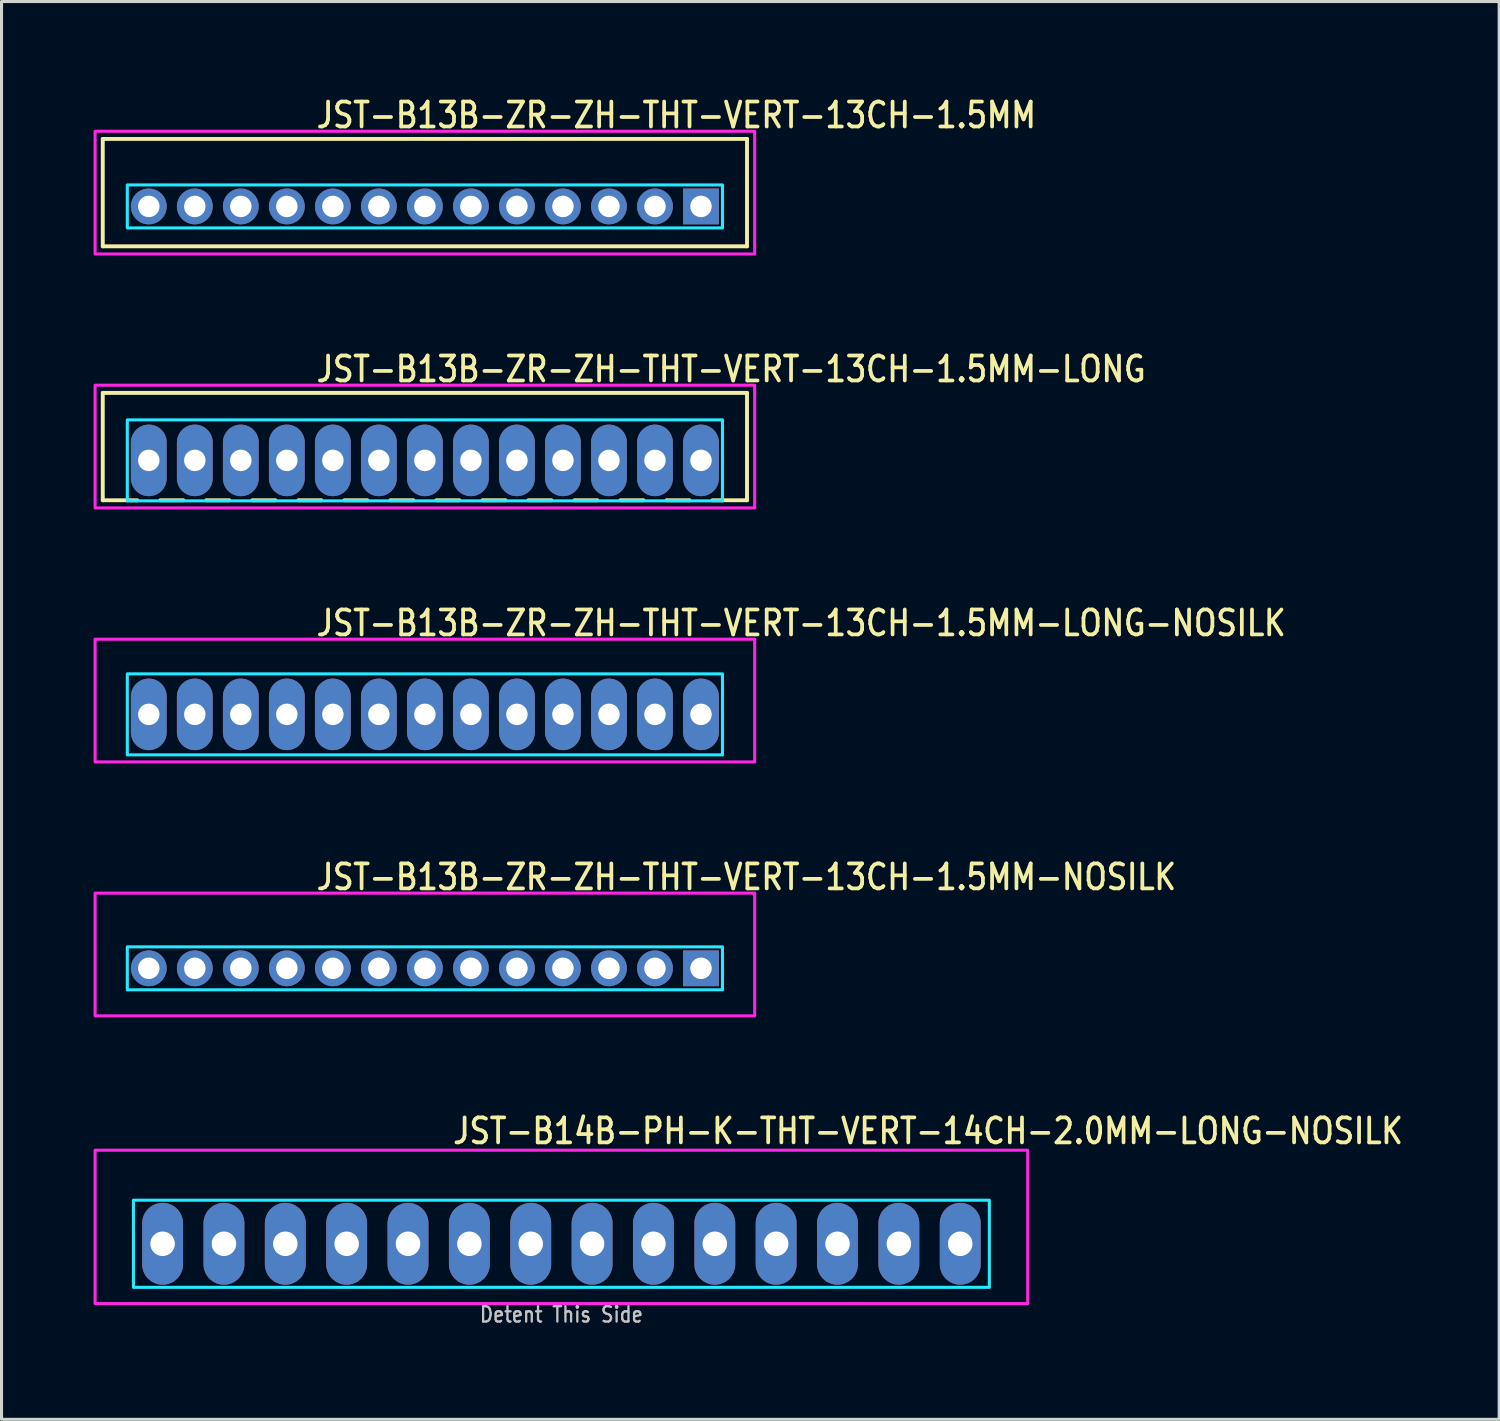
<source format=kicad_pcb>
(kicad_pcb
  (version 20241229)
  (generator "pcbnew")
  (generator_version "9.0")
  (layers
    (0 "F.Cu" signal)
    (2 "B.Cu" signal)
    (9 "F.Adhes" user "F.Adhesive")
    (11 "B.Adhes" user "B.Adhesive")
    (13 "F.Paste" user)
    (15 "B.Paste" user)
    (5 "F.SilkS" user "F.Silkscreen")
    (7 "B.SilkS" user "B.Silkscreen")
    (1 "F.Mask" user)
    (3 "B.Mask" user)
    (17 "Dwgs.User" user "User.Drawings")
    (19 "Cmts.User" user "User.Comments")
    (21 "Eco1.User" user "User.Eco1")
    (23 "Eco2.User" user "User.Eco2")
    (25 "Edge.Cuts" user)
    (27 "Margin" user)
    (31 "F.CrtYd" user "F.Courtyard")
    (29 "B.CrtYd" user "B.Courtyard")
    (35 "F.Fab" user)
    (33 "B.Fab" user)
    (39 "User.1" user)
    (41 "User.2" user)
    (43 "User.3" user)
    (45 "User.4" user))
  (footprint "JST-B13B-ZR-ZH-THT-VERT-13CH-1.5MM-NOSILK"
    (layer "F.Cu")
    (at 10.8 28.514)
    (property "Reference" "JST-B13B-ZR-ZH-THT-VERT-13CH-1.5MM-NOSILK" (at -3.6 -2.5 0) (unlocked yes) (layer "F.SilkS") (effects (font (size 0.813 0.695) (thickness 0.122)) (justify left bottom)))
    (fp_poly (pts (xy -9.7 -0.7) (xy -9.7 0.7) (xy 9.7 0.7) (xy 9.7 -0.7)) (stroke (width 0.1) (type solid)) (fill no) (layer "B.CrtYd"))
    (fp_poly (pts (xy -10.75 -2.45) (xy -10.75 1.55) (xy 10.75 1.55) (xy 10.75 -2.45)) (stroke (width 0.1) (type solid)) (fill no) (layer "F.CrtYd"))
    (pad "1" thru_hole rect (at 9 0) (size 1.167 1.167) (drill 0.7) (layers "*.Cu" "*.Mask"))
    (pad "2" thru_hole oval (at 7.5 0) (size 1.167 1.167) (drill 0.7) (layers "*.Cu" "*.Mask"))
    (pad "3" thru_hole oval (at 6 0) (size 1.167 1.167) (drill 0.7) (layers "*.Cu" "*.Mask"))
    (pad "4" thru_hole oval (at 4.5 0) (size 1.167 1.167) (drill 0.7) (layers "*.Cu" "*.Mask"))
    (pad "5" thru_hole oval (at 3 0) (size 1.167 1.167) (drill 0.7) (layers "*.Cu" "*.Mask"))
    (pad "6" thru_hole oval (at 1.5 0) (size 1.167 1.167) (drill 0.7) (layers "*.Cu" "*.Mask"))
    (pad "7" thru_hole oval (at 0 0) (size 1.167 1.167) (drill 0.7) (layers "*.Cu" "*.Mask"))
    (pad "8" thru_hole oval (at -1.5 0) (size 1.167 1.167) (drill 0.7) (layers "*.Cu" "*.Mask"))
    (pad "9" thru_hole oval (at -3 0) (size 1.167 1.167) (drill 0.7) (layers "*.Cu" "*.Mask"))
    (pad "10" thru_hole oval (at -4.5 0) (size 1.167 1.167) (drill 0.7) (layers "*.Cu" "*.Mask"))
    (pad "11" thru_hole oval (at -6 0) (size 1.167 1.167) (drill 0.7) (layers "*.Cu" "*.Mask"))
    (pad "12" thru_hole oval (at -7.5 0) (size 1.167 1.167) (drill 0.7) (layers "*.Cu" "*.Mask"))
    (pad "13" thru_hole oval (at -9 0) (size 1.167 1.167) (drill 0.7) (layers "*.Cu" "*.Mask")))
  (footprint "JST-B14B-PH-K-THT-VERT-14CH-2.0MM-LONG-NOSILK"
    (layer "F.Cu")
    (at 15.25 37.493)
    (property "Reference" "JST-B14B-PH-K-THT-VERT-14CH-2.0MM-LONG-NOSILK" (at -3.6 -3.2 0) (unlocked yes) (layer "F.SilkS") (effects (font (size 0.813 0.695) (thickness 0.122)) (justify left bottom)))
    (fp_poly (pts (xy -13.95 -1.42) (xy -13.95 1.42) (xy 13.95 1.42) (xy 13.95 -1.42)) (stroke (width 0.1) (type solid)) (fill no) (layer "B.CrtYd"))
    (fp_poly (pts (xy -15.2 1.95) (xy -15.2 -3.05) (xy 15.2 -3.05) (xy 15.2 1.95)) (stroke (width 0.1) (type solid)) (fill no) (layer "F.CrtYd"))
    (fp_text user "Detent This Side" (at 0 2.6 0) (unlocked yes) (layer "Dwgs.User") (effects (font (size 0.5 0.427) (thickness 0.075)) (justify bottom)))
    (pad "1" thru_hole oval (at 13 0 90) (size 2.667 1.333) (drill 0.8) (layers "*.Cu" "*.Mask"))
    (pad "2" thru_hole oval (at 11 0 90) (size 2.667 1.333) (drill 0.8) (layers "*.Cu" "*.Mask"))
    (pad "3" thru_hole oval (at 9 0 90) (size 2.667 1.333) (drill 0.8) (layers "*.Cu" "*.Mask"))
    (pad "4" thru_hole oval (at 7 0 90) (size 2.667 1.333) (drill 0.8) (layers "*.Cu" "*.Mask"))
    (pad "5" thru_hole oval (at 5 0 90) (size 2.667 1.333) (drill 0.8) (layers "*.Cu" "*.Mask"))
    (pad "6" thru_hole oval (at 3 0 90) (size 2.667 1.333) (drill 0.8) (layers "*.Cu" "*.Mask"))
    (pad "7" thru_hole oval (at 1 0 90) (size 2.667 1.333) (drill 0.8) (layers "*.Cu" "*.Mask"))
    (pad "8" thru_hole oval (at -1 0 90) (size 2.667 1.333) (drill 0.8) (layers "*.Cu" "*.Mask"))
    (pad "9" thru_hole oval (at -3 0 90) (size 2.667 1.333) (drill 0.8) (layers "*.Cu" "*.Mask"))
    (pad "10" thru_hole oval (at -5 0 90) (size 2.667 1.333) (drill 0.8) (layers "*.Cu" "*.Mask"))
    (pad "11" thru_hole oval (at -7 0 90) (size 2.667 1.333) (drill 0.8) (layers "*.Cu" "*.Mask"))
    (pad "12" thru_hole oval (at -9 0 90) (size 2.667 1.333) (drill 0.8) (layers "*.Cu" "*.Mask"))
    (pad "13" thru_hole oval (at -11 0 90) (size 2.667 1.333) (drill 0.8) (layers "*.Cu" "*.Mask"))
    (pad "14" thru_hole oval (at -13 0 90) (size 2.667 1.333) (drill 0.8) (layers "*.Cu" "*.Mask")))
  (footprint "JST-B13B-ZR-ZH-THT-VERT-13CH-1.5MM-LONG-NOSILK"
    (layer "F.Cu")
    (at 10.8 20.236)
    (property "Reference" "JST-B13B-ZR-ZH-THT-VERT-13CH-1.5MM-LONG-NOSILK" (at -3.6 -2.5 0) (unlocked yes) (layer "F.SilkS") (effects (font (size 0.813 0.695) (thickness 0.122)) (justify left bottom)))
    (fp_poly (pts (xy -9.7 -1.32) (xy -9.7 1.32) (xy 9.7 1.32) (xy 9.7 -1.32)) (stroke (width 0.1) (type solid)) (fill no) (layer "B.CrtYd"))
    (fp_poly (pts (xy -10.75 -2.45) (xy -10.75 1.55) (xy 10.75 1.55) (xy 10.75 -2.45)) (stroke (width 0.1) (type solid)) (fill no) (layer "F.CrtYd"))
    (pad "1" thru_hole oval (at 9 0 90) (size 2.333 1.167) (drill 0.7) (layers "*.Cu" "*.Mask"))
    (pad "2" thru_hole oval (at 7.5 0 90) (size 2.333 1.167) (drill 0.7) (layers "*.Cu" "*.Mask"))
    (pad "3" thru_hole oval (at 6 0 90) (size 2.333 1.167) (drill 0.7) (layers "*.Cu" "*.Mask"))
    (pad "4" thru_hole oval (at 4.5 0 90) (size 2.333 1.167) (drill 0.7) (layers "*.Cu" "*.Mask"))
    (pad "5" thru_hole oval (at 3 0 90) (size 2.333 1.167) (drill 0.7) (layers "*.Cu" "*.Mask"))
    (pad "6" thru_hole oval (at 1.5 0 90) (size 2.333 1.167) (drill 0.7) (layers "*.Cu" "*.Mask"))
    (pad "7" thru_hole oval (at 0 0 90) (size 2.333 1.167) (drill 0.7) (layers "*.Cu" "*.Mask"))
    (pad "8" thru_hole oval (at -1.5 0 90) (size 2.333 1.167) (drill 0.7) (layers "*.Cu" "*.Mask"))
    (pad "9" thru_hole oval (at -3 0 90) (size 2.333 1.167) (drill 0.7) (layers "*.Cu" "*.Mask"))
    (pad "10" thru_hole oval (at -4.5 0 90) (size 2.333 1.167) (drill 0.7) (layers "*.Cu" "*.Mask"))
    (pad "11" thru_hole oval (at -6 0 90) (size 2.333 1.167) (drill 0.7) (layers "*.Cu" "*.Mask"))
    (pad "12" thru_hole oval (at -7.5 0 90) (size 2.333 1.167) (drill 0.7) (layers "*.Cu" "*.Mask"))
    (pad "13" thru_hole oval (at -9 0 90) (size 2.333 1.167) (drill 0.7) (layers "*.Cu" "*.Mask")))
  (footprint "JST-B13B-ZR-ZH-THT-VERT-13CH-1.5MM-LONG"
    (layer "F.Cu")
    (at 10.8 11.957)
    (property "Reference" "JST-B13B-ZR-ZH-THT-VERT-13CH-1.5MM-LONG" (at -3.6 -2.5 0) (unlocked yes) (layer "F.SilkS") (effects (font (size 0.813 0.695) (thickness 0.122)) (justify left bottom)))
    (fp_line (start -10.5 -2.2) (end 10.5 -2.2) (stroke (width 0.127) (type solid)) (layer "F.SilkS"))
    (fp_line (start -10.5 1.3) (end -10.5 -2.2) (stroke (width 0.127) (type solid)) (layer "F.SilkS"))
    (fp_line (start -10.5 1.3) (end -9.375 1.3) (stroke (width 0.127) (type solid)) (layer "F.SilkS"))
    (fp_line (start -8.625 1.3) (end -7.875 1.3) (stroke (width 0.127) (type solid)) (layer "F.SilkS"))
    (fp_line (start -7.125 1.3) (end -6.375 1.3) (stroke (width 0.127) (type solid)) (layer "F.SilkS"))
    (fp_line (start -5.625 1.3) (end -4.875 1.3) (stroke (width 0.127) (type solid)) (layer "F.SilkS"))
    (fp_line (start -4.125 1.3) (end -3.375 1.3) (stroke (width 0.127) (type solid)) (layer "F.SilkS"))
    (fp_line (start -2.625 1.3) (end -1.875 1.3) (stroke (width 0.127) (type solid)) (layer "F.SilkS"))
    (fp_line (start -1.125 1.3) (end -0.375 1.3) (stroke (width 0.127) (type solid)) (layer "F.SilkS"))
    (fp_line (start 0.375 1.3) (end 1.125 1.3) (stroke (width 0.127) (type solid)) (layer "F.SilkS"))
    (fp_line (start 1.875 1.3) (end 2.625 1.3) (stroke (width 0.127) (type solid)) (layer "F.SilkS"))
    (fp_line (start 3.375 1.3) (end 4.125 1.3) (stroke (width 0.127) (type solid)) (layer "F.SilkS"))
    (fp_line (start 4.875 1.3) (end 5.625 1.3) (stroke (width 0.127) (type solid)) (layer "F.SilkS"))
    (fp_line (start 6.375 1.3) (end 7.125 1.3) (stroke (width 0.127) (type solid)) (layer "F.SilkS"))
    (fp_line (start 7.875 1.3) (end 8.625 1.3) (stroke (width 0.127) (type solid)) (layer "F.SilkS"))
    (fp_line (start 9.375 1.3) (end 10.5 1.3) (stroke (width 0.127) (type solid)) (layer "F.SilkS"))
    (fp_line (start 10.5 -2.2) (end 10.5 1.3) (stroke (width 0.127) (type solid)) (layer "F.SilkS"))
    (fp_poly (pts (xy -9.7 -1.32) (xy -9.7 1.32) (xy 9.7 1.32) (xy 9.7 -1.32)) (stroke (width 0.1) (type solid)) (fill no) (layer "B.CrtYd"))
    (fp_poly (pts (xy -10.75 -2.45) (xy -10.75 1.55) (xy 10.75 1.55) (xy 10.75 -2.45)) (stroke (width 0.1) (type solid)) (fill no) (layer "F.CrtYd"))
    (pad "1" thru_hole oval (at 9 0 90) (size 2.333 1.167) (drill 0.7) (layers "*.Cu" "*.Mask"))
    (pad "2" thru_hole oval (at 7.5 0 90) (size 2.333 1.167) (drill 0.7) (layers "*.Cu" "*.Mask"))
    (pad "3" thru_hole oval (at 6 0 90) (size 2.333 1.167) (drill 0.7) (layers "*.Cu" "*.Mask"))
    (pad "4" thru_hole oval (at 4.5 0 90) (size 2.333 1.167) (drill 0.7) (layers "*.Cu" "*.Mask"))
    (pad "5" thru_hole oval (at 3 0 90) (size 2.333 1.167) (drill 0.7) (layers "*.Cu" "*.Mask"))
    (pad "6" thru_hole oval (at 1.5 0 90) (size 2.333 1.167) (drill 0.7) (layers "*.Cu" "*.Mask"))
    (pad "7" thru_hole oval (at 0 0 90) (size 2.333 1.167) (drill 0.7) (layers "*.Cu" "*.Mask"))
    (pad "8" thru_hole oval (at -1.5 0 90) (size 2.333 1.167) (drill 0.7) (layers "*.Cu" "*.Mask"))
    (pad "9" thru_hole oval (at -3 0 90) (size 2.333 1.167) (drill 0.7) (layers "*.Cu" "*.Mask"))
    (pad "10" thru_hole oval (at -4.5 0 90) (size 2.333 1.167) (drill 0.7) (layers "*.Cu" "*.Mask"))
    (pad "11" thru_hole oval (at -6 0 90) (size 2.333 1.167) (drill 0.7) (layers "*.Cu" "*.Mask"))
    (pad "12" thru_hole oval (at -7.5 0 90) (size 2.333 1.167) (drill 0.7) (layers "*.Cu" "*.Mask"))
    (pad "13" thru_hole oval (at -9 0 90) (size 2.333 1.167) (drill 0.7) (layers "*.Cu" "*.Mask")))
  (footprint "JST-B13B-ZR-ZH-THT-VERT-13CH-1.5MM"
    (layer "F.Cu")
    (at 10.8 3.679)
    (property "Reference" "JST-B13B-ZR-ZH-THT-VERT-13CH-1.5MM" (at -3.6 -2.5 0) (unlocked yes) (layer "F.SilkS") (effects (font (size 0.813 0.695) (thickness 0.122)) (justify left bottom)))
    (fp_line (start -10.5 -2.2) (end 10.5 -2.2) (stroke (width 0.127) (type solid)) (layer "F.SilkS"))
    (fp_line (start -10.5 1.3) (end -10.5 -2.2) (stroke (width 0.127) (type solid)) (layer "F.SilkS"))
    (fp_line (start -10.5 1.3) (end 10.5 1.3) (stroke (width 0.127) (type solid)) (layer "F.SilkS"))
    (fp_line (start 10.5 -2.2) (end 10.5 1.3) (stroke (width 0.127) (type solid)) (layer "F.SilkS"))
    (fp_poly (pts (xy -9.7 -0.7) (xy -9.7 0.7) (xy 9.7 0.7) (xy 9.7 -0.7)) (stroke (width 0.1) (type solid)) (fill no) (layer "B.CrtYd"))
    (fp_poly (pts (xy -10.75 -2.45) (xy -10.75 1.55) (xy 10.75 1.55) (xy 10.75 -2.45)) (stroke (width 0.1) (type solid)) (fill no) (layer "F.CrtYd"))
    (pad "1" thru_hole rect (at 9 0) (size 1.167 1.167) (drill 0.7) (layers "*.Cu" "*.Mask"))
    (pad "2" thru_hole oval (at 7.5 0) (size 1.167 1.167) (drill 0.7) (layers "*.Cu" "*.Mask"))
    (pad "3" thru_hole oval (at 6 0) (size 1.167 1.167) (drill 0.7) (layers "*.Cu" "*.Mask"))
    (pad "4" thru_hole oval (at 4.5 0) (size 1.167 1.167) (drill 0.7) (layers "*.Cu" "*.Mask"))
    (pad "5" thru_hole oval (at 3 0) (size 1.167 1.167) (drill 0.7) (layers "*.Cu" "*.Mask"))
    (pad "6" thru_hole oval (at 1.5 0) (size 1.167 1.167) (drill 0.7) (layers "*.Cu" "*.Mask"))
    (pad "7" thru_hole oval (at 0 0) (size 1.167 1.167) (drill 0.7) (layers "*.Cu" "*.Mask"))
    (pad "8" thru_hole oval (at -1.5 0) (size 1.167 1.167) (drill 0.7) (layers "*.Cu" "*.Mask"))
    (pad "9" thru_hole oval (at -3 0) (size 1.167 1.167) (drill 0.7) (layers "*.Cu" "*.Mask"))
    (pad "10" thru_hole oval (at -4.5 0) (size 1.167 1.167) (drill 0.7) (layers "*.Cu" "*.Mask"))
    (pad "11" thru_hole oval (at -6 0) (size 1.167 1.167) (drill 0.7) (layers "*.Cu" "*.Mask"))
    (pad "12" thru_hole oval (at -7.5 0) (size 1.167 1.167) (drill 0.7) (layers "*.Cu" "*.Mask"))
    (pad "13" thru_hole oval (at -9 0) (size 1.167 1.167) (drill 0.7) (layers "*.Cu" "*.Mask")))
  (gr_rect
    (start -3 -3)
    (end 45.818 43.216)
    (stroke (width 0.1) (type default))
    (fill no)
    (layer "Edge.Cuts")))
</source>
